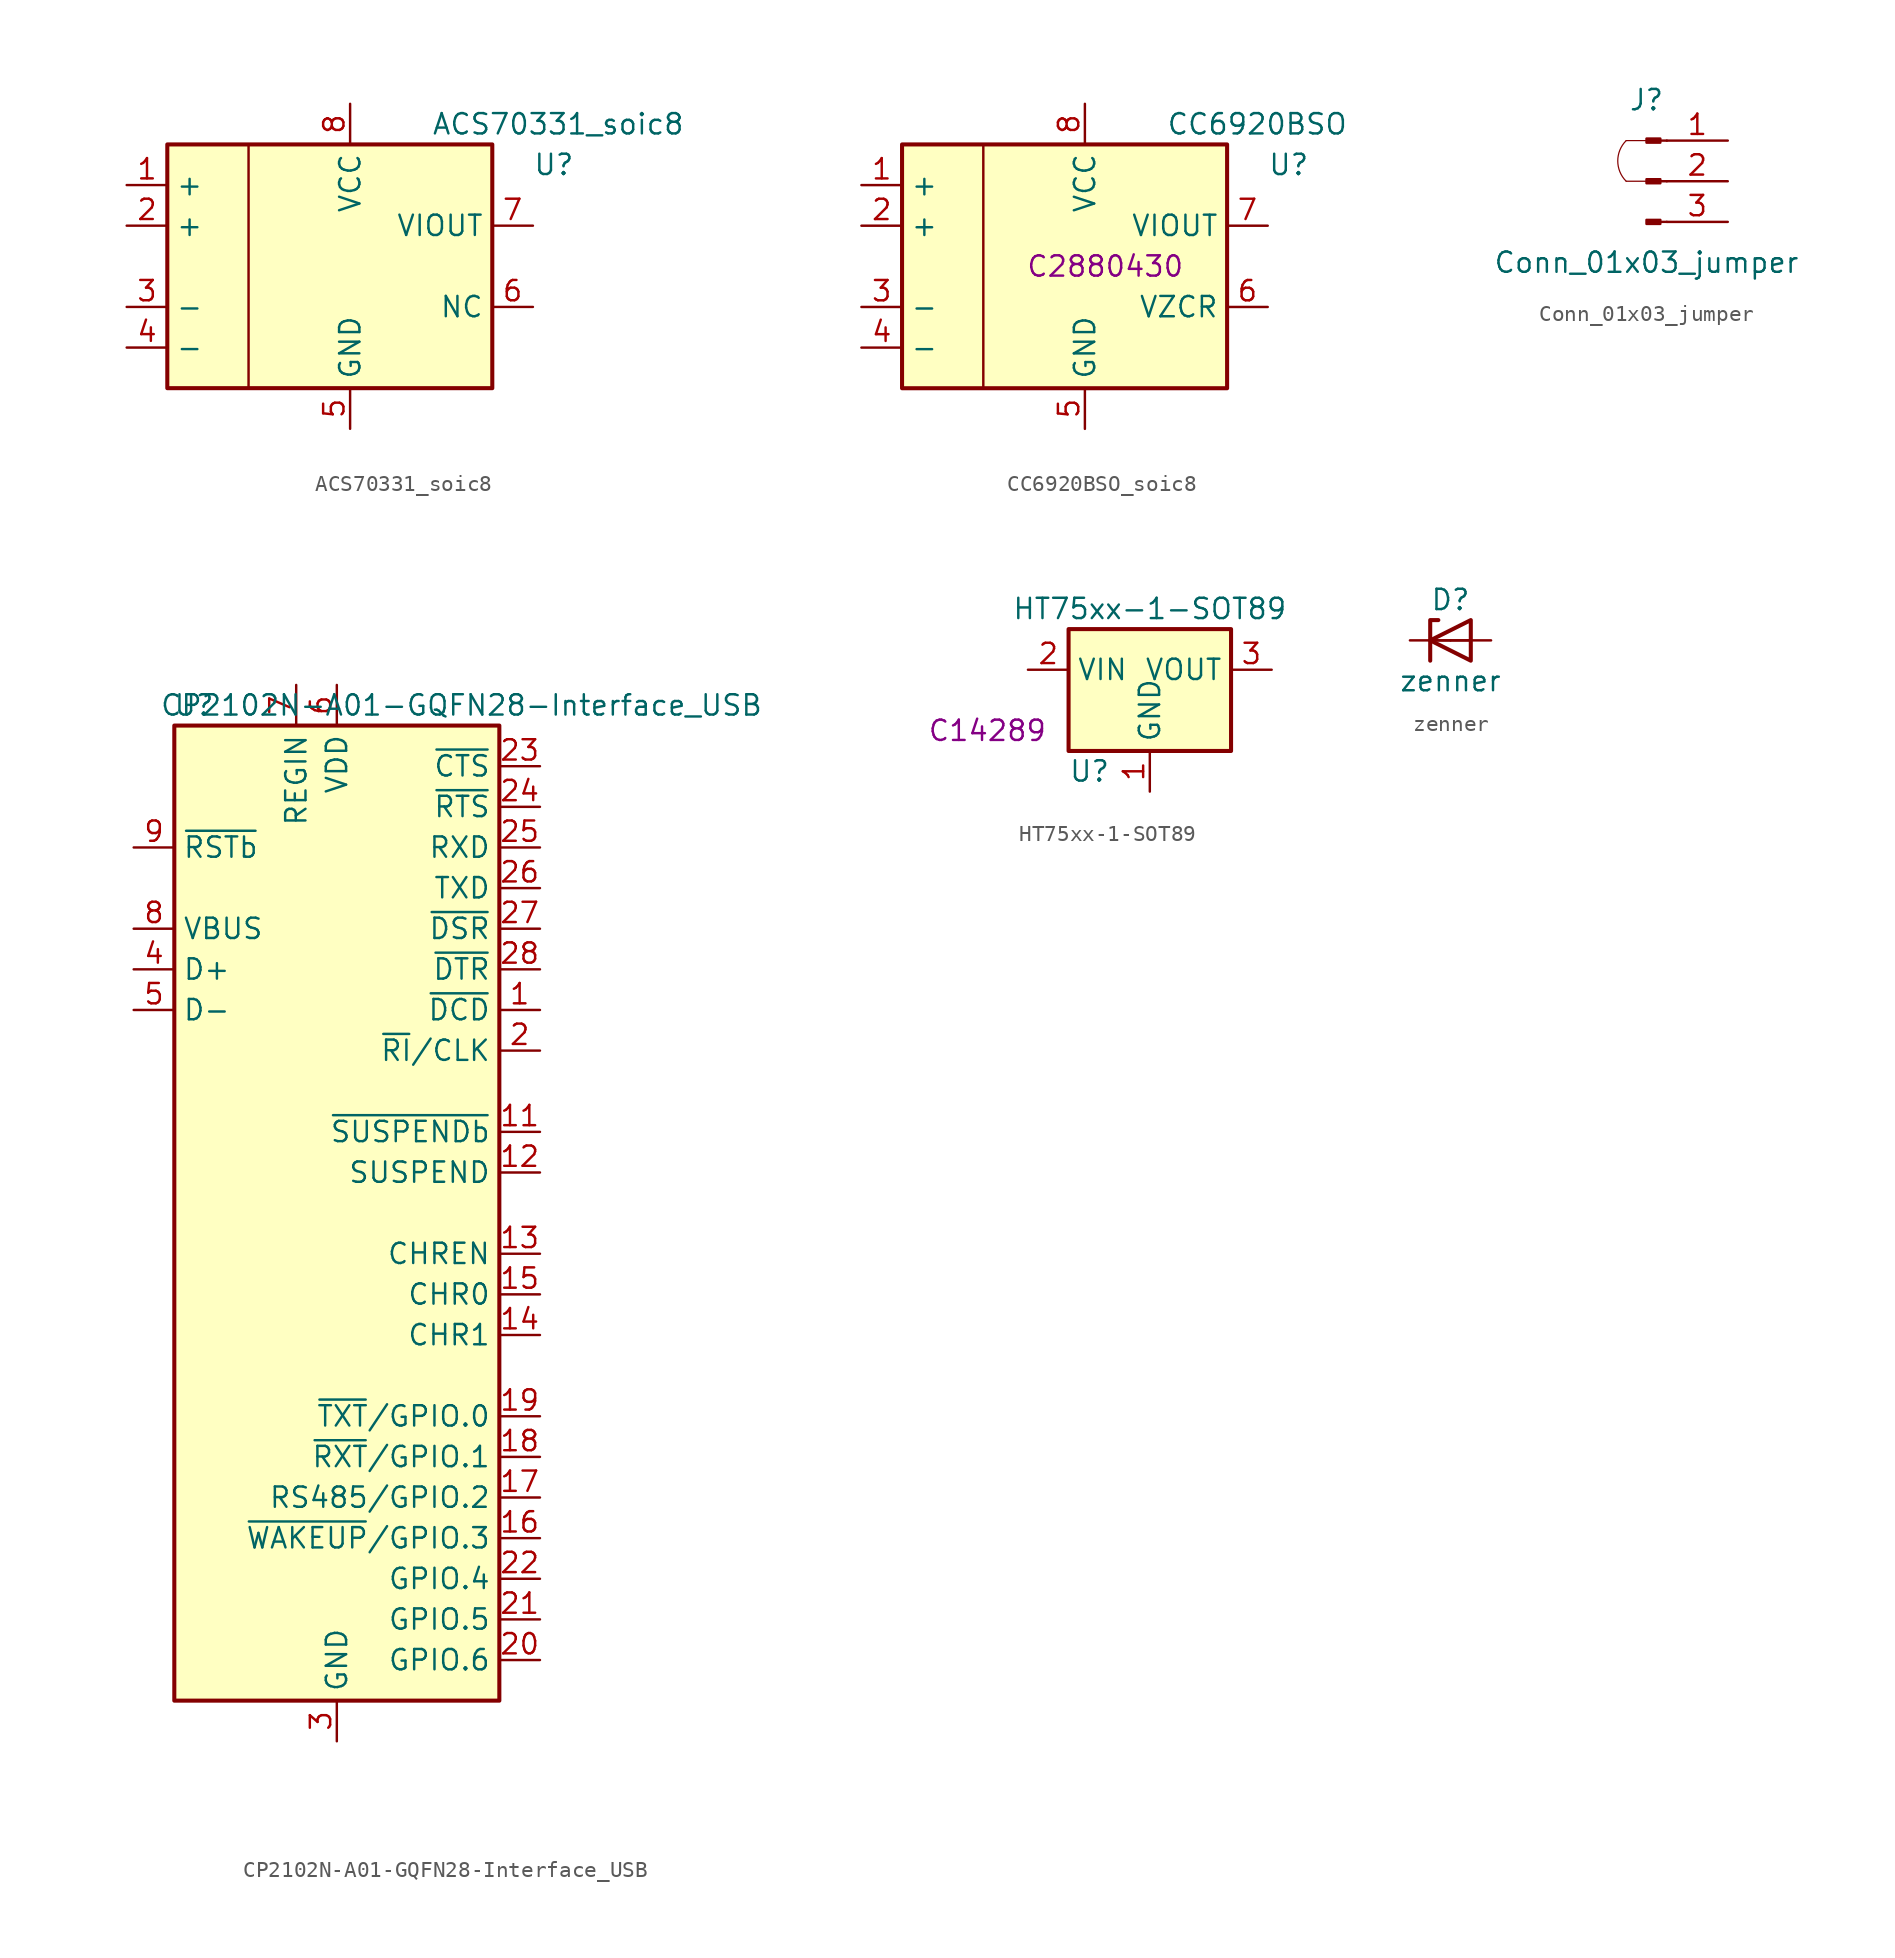
<source format=kicad_sym>
(kicad_symbol_lib
  (version 20220914)
  (generator kicad_symbol_editor)
  (symbol "ACS70331_soic8"
    (property "Reference" "U"
      (at 10.16 6.35 0)
      (effects (font (size 1.27 1.27)) (justify left)))
    (property "Value" "ACS70331_soic8"
      (at 3.81 8.89 0)
      (effects (font (size 1.27 1.27)) (justify left)))
    (symbol "ACS70331_soic8_0_1"
      (rectangle (start -12.7 7.62) (end 7.62 -7.62) (stroke (width 0.254) (type default)) (fill (type background)))
      (polyline (pts (xy -7.62 7.62) (xy -7.62 -7.62)) (stroke (width 0) (type default)) (fill (type none))))
    (symbol "ACS70331_soic8_1_1"
      (pin passive line (at -15.24 5.08 0) (length 2.54) (name "+" (effects (font (size 1.27 1.27)))) (number "1" (effects (font (size 1.27 1.27)))))
      (pin passive line (at -15.24 2.54 0) (length 2.54) (name "+" (effects (font (size 1.27 1.27)))) (number "2" (effects (font (size 1.27 1.27)))))
      (pin passive line (at -15.24 -2.54 0) (length 2.54) (name "-" (effects (font (size 1.27 1.27)))) (number "3" (effects (font (size 1.27 1.27)))))
      (pin passive line (at -15.24 -5.08 0) (length 2.54) (name "-" (effects (font (size 1.27 1.27)))) (number "4" (effects (font (size 1.27 1.27)))))
      (pin power_in line (at -1.27 -10.16 90) (length 2.54) (name "GND" (effects (font (size 1.27 1.27)))) (number "5" (effects (font (size 1.27 1.27)))))
      (pin passive line (at 10.16 -2.54 180) (length 2.54) (name "NC" (effects (font (size 1.27 1.27)))) (number "6" (effects (font (size 1.27 1.27)))))
      (pin output line (at 10.16 2.54 180) (length 2.54) (name "VIOUT" (effects (font (size 1.27 1.27)))) (number "7" (effects (font (size 1.27 1.27)))))
      (pin power_in line (at -1.27 10.16 270) (length 2.54) (name "VCC" (effects (font (size 1.27 1.27)))) (number "8" (effects (font (size 1.27 1.27)))))))
  (symbol "CC6920BSO_soic8"
    (property "Reference" "U"
      (at 10.16 6.35 0)
      (effects (font (size 1.27 1.27)) (justify left)))
    (property "Value" "CC6920BSO"
      (at 3.81 8.89 0)
      (effects (font (size 1.27 1.27)) (justify left)))
    (property "LCSC" "C2880430"
      (at 0 0 0)
      (effects (font (size 1.27 1.27))))
    (symbol "CC6920BSO_soic8_0_1"
      (rectangle (start -12.7 7.62) (end 7.62 -7.62) (stroke (width 0.254) (type default)) (fill (type background)))
      (polyline (pts (xy -7.62 7.62) (xy -7.62 -7.62)) (stroke (width 0) (type default)) (fill (type none))))
    (symbol "CC6920BSO_soic8_1_1"
      (pin passive line (at -15.24 5.08 0) (length 2.54) (name "+" (effects (font (size 1.27 1.27)))) (number "1" (effects (font (size 1.27 1.27)))))
      (pin passive line (at -15.24 2.54 0) (length 2.54) (name "+" (effects (font (size 1.27 1.27)))) (number "2" (effects (font (size 1.27 1.27)))))
      (pin passive line (at -15.24 -2.54 0) (length 2.54) (name "-" (effects (font (size 1.27 1.27)))) (number "3" (effects (font (size 1.27 1.27)))))
      (pin passive line (at -15.24 -5.08 0) (length 2.54) (name "-" (effects (font (size 1.27 1.27)))) (number "4" (effects (font (size 1.27 1.27)))))
      (pin power_in line (at -1.27 -10.16 90) (length 2.54) (name "GND" (effects (font (size 1.27 1.27)))) (number "5" (effects (font (size 1.27 1.27)))))
      (pin output line (at 10.16 -2.54 180) (length 2.54) (name "VZCR" (effects (font (size 1.27 1.27)))) (number "6" (effects (font (size 1.27 1.27)))))
      (pin output line (at 10.16 2.54 180) (length 2.54) (name "VIOUT" (effects (font (size 1.27 1.27)))) (number "7" (effects (font (size 1.27 1.27)))))
      (pin power_in line (at -1.27 10.16 270) (length 2.54) (name "VCC" (effects (font (size 1.27 1.27)))) (number "8" (effects (font (size 1.27 1.27)))))))
  (symbol "Conn_01x03_jumper"
    (pin_names
      (offset 1.016) hide)
    (property "Reference" "J"
      (at 0 5.08 0)
      (effects (font (size 1.27 1.27))))
    (property "Value" "Conn_01x03_jumper"
      (at 0 -5.08 0)
      (effects (font (size 1.27 1.27))))
    (symbol "Conn_01x03_jumper_0_1"
      (arc (start -1.27 2.54) (mid -1.796 1.27) (end -1.27 0) (stroke (width 0.0762) (type default)) (fill (type none)))
      (polyline (pts (xy -1.27 0) (xy 0 0)) (stroke (width 0.076) (type default)) (fill (type none)))
      (polyline (pts (xy -1.27 2.54) (xy 0 2.54)) (stroke (width 0.076) (type default)) (fill (type none))))
    (symbol "Conn_01x03_jumper_1_1"
      (polyline (pts (xy 1.27 -2.54) (xy 0.864 -2.54)) (stroke (width 0.152) (type default)) (fill (type none)))
      (polyline (pts (xy 1.27 0) (xy 0.864 0)) (stroke (width 0.152) (type default)) (fill (type none)))
      (polyline (pts (xy 1.27 2.54) (xy 0.864 2.54)) (stroke (width 0.152) (type default)) (fill (type none)))
      (rectangle (start 0.864 -2.413) (end 0 -2.667) (stroke (width 0.152) (type default)) (fill (type outline)))
      (rectangle (start 0.864 0.127) (end 0 -0.127) (stroke (width 0.152) (type default)) (fill (type outline)))
      (rectangle (start 0.864 2.667) (end 0 2.413) (stroke (width 0.152) (type default)) (fill (type outline)))
      (pin passive line (at 5.08 2.54 180) (length 3.81) (name "Pin_1" (effects (font (size 1.27 1.27)))) (number "1" (effects (font (size 1.27 1.27)))))
      (pin passive line (at 5.08 0 180) (length 3.81) (name "Pin_2" (effects (font (size 1.27 1.27)))) (number "2" (effects (font (size 1.27 1.27)))))
      (pin passive line (at 5.08 -2.54 180) (length 3.81) (name "Pin_3" (effects (font (size 1.27 1.27)))) (number "3" (effects (font (size 1.27 1.27)))))))
  (symbol "CP2102N-A01-GQFN28-Interface_USB"
    (property "Reference" "U"
      (at -7.62 31.75 0)
      (effects (font (size 1.27 1.27)) (justify right)))
    (property "Value" "CP2102N-A01-GQFN28-Interface_USB"
      (at 26.67 31.75 0)
      (effects (font (size 1.27 1.27)) (justify right)))
    (symbol "CP2102N-A01-GQFN28-Interface_USB_0_1"
      (rectangle (start -10.16 30.48) (end 10.16 -30.48) (stroke (width 0.254) (type default)) (fill (type background))))
    (symbol "CP2102N-A01-GQFN28-Interface_USB_1_1"
      (pin input line (at 12.7 12.7 180) (length 2.54) (name "~{DCD}" (effects (font (size 1.27 1.27)))) (number "1" (effects (font (size 1.27 1.27)))))
      (pin no_connect line (at -10.16 -10.16 0) (length 2.54) hide (name "NC" (effects (font (size 1.27 1.27)))) (number "10" (effects (font (size 1.27 1.27)))))
      (pin output line (at 12.7 5.08 180) (length 2.54) (name "~{SUSPENDb}" (effects (font (size 1.27 1.27)))) (number "11" (effects (font (size 1.27 1.27)))))
      (pin output line (at 12.7 2.54 180) (length 2.54) (name "SUSPEND" (effects (font (size 1.27 1.27)))) (number "12" (effects (font (size 1.27 1.27)))))
      (pin output line (at 12.7 -2.54 180) (length 2.54) (name "CHREN" (effects (font (size 1.27 1.27)))) (number "13" (effects (font (size 1.27 1.27)))))
      (pin output line (at 12.7 -7.62 180) (length 2.54) (name "CHR1" (effects (font (size 1.27 1.27)))) (number "14" (effects (font (size 1.27 1.27)))))
      (pin output line (at 12.7 -5.08 180) (length 2.54) (name "CHR0" (effects (font (size 1.27 1.27)))) (number "15" (effects (font (size 1.27 1.27)))))
      (pin bidirectional line (at 12.7 -20.32 180) (length 2.54) (name "~{WAKEUP}/GPIO.3" (effects (font (size 1.27 1.27)))) (number "16" (effects (font (size 1.27 1.27)))))
      (pin bidirectional line (at 12.7 -17.78 180) (length 2.54) (name "RS485/GPIO.2" (effects (font (size 1.27 1.27)))) (number "17" (effects (font (size 1.27 1.27)))))
      (pin bidirectional line (at 12.7 -15.24 180) (length 2.54) (name "~{RXT}/GPIO.1" (effects (font (size 1.27 1.27)))) (number "18" (effects (font (size 1.27 1.27)))))
      (pin bidirectional line (at 12.7 -12.7 180) (length 2.54) (name "~{TXT}/GPIO.0" (effects (font (size 1.27 1.27)))) (number "19" (effects (font (size 1.27 1.27)))))
      (pin bidirectional line (at 12.7 10.16 180) (length 2.54) (name "~{RI}/CLK" (effects (font (size 1.27 1.27)))) (number "2" (effects (font (size 1.27 1.27)))))
      (pin bidirectional line (at 12.7 -27.94 180) (length 2.54) (name "GPIO.6" (effects (font (size 1.27 1.27)))) (number "20" (effects (font (size 1.27 1.27)))))
      (pin bidirectional line (at 12.7 -25.4 180) (length 2.54) (name "GPIO.5" (effects (font (size 1.27 1.27)))) (number "21" (effects (font (size 1.27 1.27)))))
      (pin bidirectional line (at 12.7 -22.86 180) (length 2.54) (name "GPIO.4" (effects (font (size 1.27 1.27)))) (number "22" (effects (font (size 1.27 1.27)))))
      (pin input line (at 12.7 27.94 180) (length 2.54) (name "~{CTS}" (effects (font (size 1.27 1.27)))) (number "23" (effects (font (size 1.27 1.27)))))
      (pin output line (at 12.7 25.4 180) (length 2.54) (name "~{RTS}" (effects (font (size 1.27 1.27)))) (number "24" (effects (font (size 1.27 1.27)))))
      (pin input line (at 12.7 22.86 180) (length 2.54) (name "RXD" (effects (font (size 1.27 1.27)))) (number "25" (effects (font (size 1.27 1.27)))))
      (pin output line (at 12.7 20.32 180) (length 2.54) (name "TXD" (effects (font (size 1.27 1.27)))) (number "26" (effects (font (size 1.27 1.27)))))
      (pin input line (at 12.7 17.78 180) (length 2.54) (name "~{DSR}" (effects (font (size 1.27 1.27)))) (number "27" (effects (font (size 1.27 1.27)))))
      (pin output line (at 12.7 15.24 180) (length 2.54) (name "~{DTR}" (effects (font (size 1.27 1.27)))) (number "28" (effects (font (size 1.27 1.27)))))
      (pin passive line (at 0 -33.02 90) (length 2.54) hide (name "GND" (effects (font (size 1.27 1.27)))) (number "29" (effects (font (size 1.27 1.27)))))
      (pin power_in line (at 0 -33.02 90) (length 2.54) (name "GND" (effects (font (size 1.27 1.27)))) (number "3" (effects (font (size 1.27 1.27)))))
      (pin bidirectional line (at -12.7 15.24 0) (length 2.54) (name "D+" (effects (font (size 1.27 1.27)))) (number "4" (effects (font (size 1.27 1.27)))))
      (pin bidirectional line (at -12.7 12.7 0) (length 2.54) (name "D-" (effects (font (size 1.27 1.27)))) (number "5" (effects (font (size 1.27 1.27)))))
      (pin passive line (at 0 33.02 270) (length 2.54) (name "VDD" (effects (font (size 1.27 1.27)))) (number "6" (effects (font (size 1.27 1.27)))))
      (pin power_in line (at -2.54 33.02 270) (length 2.54) (name "REGIN" (effects (font (size 1.27 1.27)))) (number "7" (effects (font (size 1.27 1.27)))))
      (pin input line (at -12.7 17.78 0) (length 2.54) (name "VBUS" (effects (font (size 1.27 1.27)))) (number "8" (effects (font (size 1.27 1.27)))))
      (pin input line (at -12.7 22.86 0) (length 2.54) (name "~{RSTb}" (effects (font (size 1.27 1.27)))) (number "9" (effects (font (size 1.27 1.27)))))))
  (symbol "HT75xx-1-SOT89"
    (property "Reference" "U"
      (at -5.08 -3.81 0)
      (effects (font (size 1.27 1.27)) (justify left)))
    (property "Value" "HT75xx-1-SOT89"
      (at 0 6.35 0)
      (effects (font (size 1.27 1.27))))
    (property "LCSC" "C14289"
      (at -10.16 -1.27 0)
      (effects (font (size 1.27 1.27))))
    (symbol "HT75xx-1-SOT89_0_1"
      (rectangle (start -5.08 5.08) (end 5.08 -2.54) (stroke (width 0.254) (type default)) (fill (type background))))
    (symbol "HT75xx-1-SOT89_1_1"
      (pin power_in line (at 0 -5.08 90) (length 2.54) (name "GND" (effects (font (size 1.27 1.27)))) (number "1" (effects (font (size 1.27 1.27)))))
      (pin power_in line (at -7.62 2.54 0) (length 2.54) (name "VIN" (effects (font (size 1.27 1.27)))) (number "2" (effects (font (size 1.27 1.27)))))
      (pin power_out line (at 7.62 2.54 180) (length 2.54) (name "VOUT" (effects (font (size 1.27 1.27)))) (number "3" (effects (font (size 1.27 1.27)))))))
  (symbol "zenner"
    (pin_numbers hide)
    (pin_names
      (offset 1.016) hide)
    (property "Reference" "D"
      (at 0 2.54 0)
      (effects (font (size 1.27 1.27))))
    (property "Value" "zenner"
      (at 0 -2.54 0)
      (effects (font (size 1.27 1.27))))
    (symbol "zenner_0_1"
      (polyline (pts (xy 1.27 0) (xy -1.27 0)) (stroke (width 0) (type default)) (fill (type none)))
      (polyline (pts (xy -1.27 -1.27) (xy -1.27 1.27) (xy -0.762 1.27)) (stroke (width 0.254) (type default)) (fill (type none)))
      (polyline (pts (xy 1.27 -1.27) (xy 1.27 1.27) (xy -1.27 0) (xy 1.27 -1.27)) (stroke (width 0.254) (type default)) (fill (type none))))
    (symbol "zenner_1_1"
      (pin passive line (at -2.54 0 0) (length 2.54) (name "K" (effects (font (size 1.27 1.27)))) (number "1" (effects (font (size 1.27 1.27)))))
      (pin passive line (at 2.54 0 180) (length 2.54) (name "A" (effects (font (size 1.27 1.27)))) (number "2" (effects (font (size 1.27 1.27))))))))
</source>
